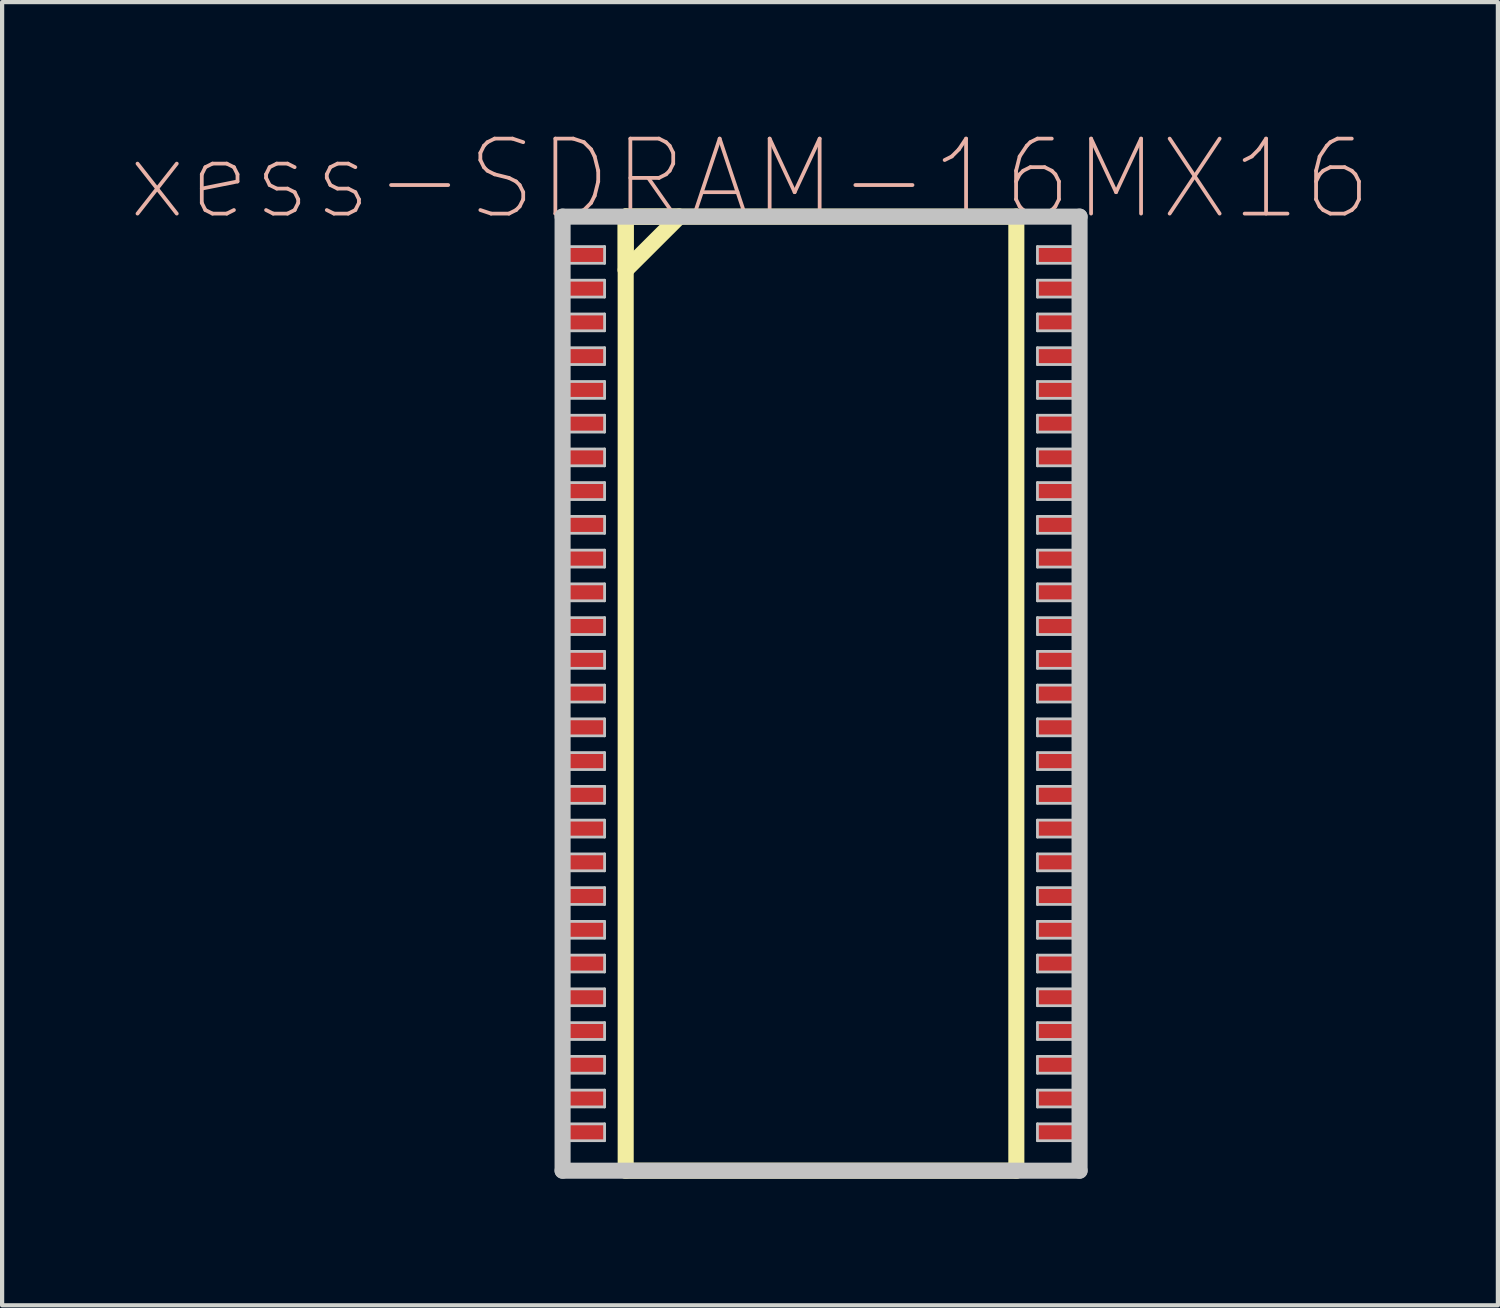
<source format=kicad_pcb>
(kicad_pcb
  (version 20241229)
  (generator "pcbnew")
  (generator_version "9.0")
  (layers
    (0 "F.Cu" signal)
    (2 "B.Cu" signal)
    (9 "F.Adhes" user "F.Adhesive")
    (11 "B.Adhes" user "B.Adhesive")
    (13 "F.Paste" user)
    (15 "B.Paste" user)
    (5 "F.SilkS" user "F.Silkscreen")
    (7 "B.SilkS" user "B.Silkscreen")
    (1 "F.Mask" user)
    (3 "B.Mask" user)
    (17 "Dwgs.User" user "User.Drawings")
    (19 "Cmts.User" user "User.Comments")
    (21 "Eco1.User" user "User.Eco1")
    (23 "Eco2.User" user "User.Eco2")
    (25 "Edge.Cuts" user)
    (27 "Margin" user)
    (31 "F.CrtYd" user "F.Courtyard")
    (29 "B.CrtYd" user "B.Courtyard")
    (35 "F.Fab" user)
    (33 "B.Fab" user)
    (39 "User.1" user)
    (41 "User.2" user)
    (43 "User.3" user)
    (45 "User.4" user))
  (footprint "xess-SDRAM-16MX16"
    (layer "F.Cu")
    (at 10.785 2.994)
    (property "Reference" "xess-SDRAM-16MX16" (at 3.945 -1.798 0) (layer "B.SilkS") (effects (font (size 1.778 1.778) (thickness 0.089))))
    (attr smd)
    (fp_line (start 0.998 -0.909) (end 0.998 0.358) (stroke (width 0.381) (type solid)) (layer "F.SilkS"))
    (fp_line (start 0.998 -0.909) (end 0.998 21.709) (stroke (width 0.381) (type solid)) (layer "F.SilkS"))
    (fp_line (start 0.998 0.358) (end 2.268 -0.909) (stroke (width 0.381) (type solid)) (layer "F.SilkS"))
    (fp_line (start 0.998 21.709) (end 10.259 21.709) (stroke (width 0.381) (type solid)) (layer "F.SilkS"))
    (fp_line (start 2.268 -0.909) (end 0.998 -0.909) (stroke (width 0.381) (type solid)) (layer "F.SilkS"))
    (fp_line (start 10.259 -0.909) (end 0.998 -0.909) (stroke (width 0.381) (type solid)) (layer "F.SilkS"))
    (fp_line (start 10.259 21.709) (end 10.259 -0.909) (stroke (width 0.381) (type solid)) (layer "F.SilkS"))
    (fp_line (start -0.498 -0.909) (end -0.498 21.709) (stroke (width 0.381) (type solid)) (layer "Dwgs.User"))
    (fp_line (start -0.498 -0.198) (end 0.498 -0.198) (stroke (width 0.066) (type solid)) (layer "Dwgs.User"))
    (fp_line (start -0.498 0.198) (end -0.498 -0.198) (stroke (width 0.066) (type solid)) (layer "Dwgs.User"))
    (fp_line (start -0.498 0.198) (end 0.498 0.198) (stroke (width 0.066) (type solid)) (layer "Dwgs.User"))
    (fp_line (start -0.498 0.599) (end 0.498 0.599) (stroke (width 0.066) (type solid)) (layer "Dwgs.User"))
    (fp_line (start -0.498 0.998) (end -0.498 0.599) (stroke (width 0.066) (type solid)) (layer "Dwgs.User"))
    (fp_line (start -0.498 0.998) (end 0.498 0.998) (stroke (width 0.066) (type solid)) (layer "Dwgs.User"))
    (fp_line (start -0.498 1.4) (end 0.498 1.4) (stroke (width 0.066) (type solid)) (layer "Dwgs.User"))
    (fp_line (start -0.498 1.798) (end -0.498 1.4) (stroke (width 0.066) (type solid)) (layer "Dwgs.User"))
    (fp_line (start -0.498 1.798) (end 0.498 1.798) (stroke (width 0.066) (type solid)) (layer "Dwgs.User"))
    (fp_line (start -0.498 2.2) (end 0.498 2.2) (stroke (width 0.066) (type solid)) (layer "Dwgs.User"))
    (fp_line (start -0.498 2.598) (end -0.498 2.2) (stroke (width 0.066) (type solid)) (layer "Dwgs.User"))
    (fp_line (start -0.498 2.598) (end 0.498 2.598) (stroke (width 0.066) (type solid)) (layer "Dwgs.User"))
    (fp_line (start -0.498 3) (end 0.498 3) (stroke (width 0.066) (type solid)) (layer "Dwgs.User"))
    (fp_line (start -0.498 3.399) (end -0.498 3) (stroke (width 0.066) (type solid)) (layer "Dwgs.User"))
    (fp_line (start -0.498 3.399) (end 0.498 3.399) (stroke (width 0.066) (type solid)) (layer "Dwgs.User"))
    (fp_line (start -0.498 3.8) (end 0.498 3.8) (stroke (width 0.066) (type solid)) (layer "Dwgs.User"))
    (fp_line (start -0.498 4.199) (end -0.498 3.8) (stroke (width 0.066) (type solid)) (layer "Dwgs.User"))
    (fp_line (start -0.498 4.199) (end 0.498 4.199) (stroke (width 0.066) (type solid)) (layer "Dwgs.User"))
    (fp_line (start -0.498 4.6) (end 0.498 4.6) (stroke (width 0.066) (type solid)) (layer "Dwgs.User"))
    (fp_line (start -0.498 4.999) (end -0.498 4.6) (stroke (width 0.066) (type solid)) (layer "Dwgs.User"))
    (fp_line (start -0.498 4.999) (end 0.498 4.999) (stroke (width 0.066) (type solid)) (layer "Dwgs.User"))
    (fp_line (start -0.498 5.397) (end 0.498 5.397) (stroke (width 0.066) (type solid)) (layer "Dwgs.User"))
    (fp_line (start -0.498 5.799) (end -0.498 5.397) (stroke (width 0.066) (type solid)) (layer "Dwgs.User"))
    (fp_line (start -0.498 5.799) (end 0.498 5.799) (stroke (width 0.066) (type solid)) (layer "Dwgs.User"))
    (fp_line (start -0.498 6.198) (end 0.498 6.198) (stroke (width 0.066) (type solid)) (layer "Dwgs.User"))
    (fp_line (start -0.498 6.599) (end -0.498 6.198) (stroke (width 0.066) (type solid)) (layer "Dwgs.User"))
    (fp_line (start -0.498 6.599) (end 0.498 6.599) (stroke (width 0.066) (type solid)) (layer "Dwgs.User"))
    (fp_line (start -0.498 6.998) (end 0.498 6.998) (stroke (width 0.066) (type solid)) (layer "Dwgs.User"))
    (fp_line (start -0.498 7.399) (end -0.498 6.998) (stroke (width 0.066) (type solid)) (layer "Dwgs.User"))
    (fp_line (start -0.498 7.399) (end 0.498 7.399) (stroke (width 0.066) (type solid)) (layer "Dwgs.User"))
    (fp_line (start -0.498 7.798) (end 0.498 7.798) (stroke (width 0.066) (type solid)) (layer "Dwgs.User"))
    (fp_line (start -0.498 8.199) (end -0.498 7.798) (stroke (width 0.066) (type solid)) (layer "Dwgs.User"))
    (fp_line (start -0.498 8.199) (end 0.498 8.199) (stroke (width 0.066) (type solid)) (layer "Dwgs.User"))
    (fp_line (start -0.498 8.598) (end 0.498 8.598) (stroke (width 0.066) (type solid)) (layer "Dwgs.User"))
    (fp_line (start -0.498 8.999) (end -0.498 8.598) (stroke (width 0.066) (type solid)) (layer "Dwgs.User"))
    (fp_line (start -0.498 8.999) (end 0.498 8.999) (stroke (width 0.066) (type solid)) (layer "Dwgs.User"))
    (fp_line (start -0.498 9.398) (end 0.498 9.398) (stroke (width 0.066) (type solid)) (layer "Dwgs.User"))
    (fp_line (start -0.498 9.799) (end -0.498 9.398) (stroke (width 0.066) (type solid)) (layer "Dwgs.User"))
    (fp_line (start -0.498 9.799) (end 0.498 9.799) (stroke (width 0.066) (type solid)) (layer "Dwgs.User"))
    (fp_line (start -0.498 10.198) (end 0.498 10.198) (stroke (width 0.066) (type solid)) (layer "Dwgs.User"))
    (fp_line (start -0.498 10.599) (end -0.498 10.198) (stroke (width 0.066) (type solid)) (layer "Dwgs.User"))
    (fp_line (start -0.498 10.599) (end 0.498 10.599) (stroke (width 0.066) (type solid)) (layer "Dwgs.User"))
    (fp_line (start -0.498 10.998) (end 0.498 10.998) (stroke (width 0.066) (type solid)) (layer "Dwgs.User"))
    (fp_line (start -0.498 11.4) (end -0.498 10.998) (stroke (width 0.066) (type solid)) (layer "Dwgs.User"))
    (fp_line (start -0.498 11.4) (end 0.498 11.4) (stroke (width 0.066) (type solid)) (layer "Dwgs.User"))
    (fp_line (start -0.498 11.798) (end 0.498 11.798) (stroke (width 0.066) (type solid)) (layer "Dwgs.User"))
    (fp_line (start -0.498 12.2) (end -0.498 11.798) (stroke (width 0.066) (type solid)) (layer "Dwgs.User"))
    (fp_line (start -0.498 12.2) (end 0.498 12.2) (stroke (width 0.066) (type solid)) (layer "Dwgs.User"))
    (fp_line (start -0.498 12.598) (end 0.498 12.598) (stroke (width 0.066) (type solid)) (layer "Dwgs.User"))
    (fp_line (start -0.498 13) (end -0.498 12.598) (stroke (width 0.066) (type solid)) (layer "Dwgs.User"))
    (fp_line (start -0.498 13) (end 0.498 13) (stroke (width 0.066) (type solid)) (layer "Dwgs.User"))
    (fp_line (start -0.498 13.399) (end 0.498 13.399) (stroke (width 0.066) (type solid)) (layer "Dwgs.User"))
    (fp_line (start -0.498 13.8) (end -0.498 13.399) (stroke (width 0.066) (type solid)) (layer "Dwgs.User"))
    (fp_line (start -0.498 13.8) (end 0.498 13.8) (stroke (width 0.066) (type solid)) (layer "Dwgs.User"))
    (fp_line (start -0.498 14.199) (end 0.498 14.199) (stroke (width 0.066) (type solid)) (layer "Dwgs.User"))
    (fp_line (start -0.498 14.6) (end -0.498 14.199) (stroke (width 0.066) (type solid)) (layer "Dwgs.User"))
    (fp_line (start -0.498 14.6) (end 0.498 14.6) (stroke (width 0.066) (type solid)) (layer "Dwgs.User"))
    (fp_line (start -0.498 14.999) (end 0.498 14.999) (stroke (width 0.066) (type solid)) (layer "Dwgs.User"))
    (fp_line (start -0.498 15.397) (end -0.498 14.999) (stroke (width 0.066) (type solid)) (layer "Dwgs.User"))
    (fp_line (start -0.498 15.397) (end 0.498 15.397) (stroke (width 0.066) (type solid)) (layer "Dwgs.User"))
    (fp_line (start -0.498 15.799) (end 0.498 15.799) (stroke (width 0.066) (type solid)) (layer "Dwgs.User"))
    (fp_line (start -0.498 16.198) (end -0.498 15.799) (stroke (width 0.066) (type solid)) (layer "Dwgs.User"))
    (fp_line (start -0.498 16.198) (end 0.498 16.198) (stroke (width 0.066) (type solid)) (layer "Dwgs.User"))
    (fp_line (start -0.498 16.599) (end 0.498 16.599) (stroke (width 0.066) (type solid)) (layer "Dwgs.User"))
    (fp_line (start -0.498 16.998) (end -0.498 16.599) (stroke (width 0.066) (type solid)) (layer "Dwgs.User"))
    (fp_line (start -0.498 16.998) (end 0.498 16.998) (stroke (width 0.066) (type solid)) (layer "Dwgs.User"))
    (fp_line (start -0.498 17.399) (end 0.498 17.399) (stroke (width 0.066) (type solid)) (layer "Dwgs.User"))
    (fp_line (start -0.498 17.798) (end -0.498 17.399) (stroke (width 0.066) (type solid)) (layer "Dwgs.User"))
    (fp_line (start -0.498 17.798) (end 0.498 17.798) (stroke (width 0.066) (type solid)) (layer "Dwgs.User"))
    (fp_line (start -0.498 18.199) (end 0.498 18.199) (stroke (width 0.066) (type solid)) (layer "Dwgs.User"))
    (fp_line (start -0.498 18.598) (end -0.498 18.199) (stroke (width 0.066) (type solid)) (layer "Dwgs.User"))
    (fp_line (start -0.498 18.598) (end 0.498 18.598) (stroke (width 0.066) (type solid)) (layer "Dwgs.User"))
    (fp_line (start -0.498 18.999) (end 0.498 18.999) (stroke (width 0.066) (type solid)) (layer "Dwgs.User"))
    (fp_line (start -0.498 19.398) (end -0.498 18.999) (stroke (width 0.066) (type solid)) (layer "Dwgs.User"))
    (fp_line (start -0.498 19.398) (end 0.498 19.398) (stroke (width 0.066) (type solid)) (layer "Dwgs.User"))
    (fp_line (start -0.498 19.799) (end 0.498 19.799) (stroke (width 0.066) (type solid)) (layer "Dwgs.User"))
    (fp_line (start -0.498 20.198) (end -0.498 19.799) (stroke (width 0.066) (type solid)) (layer "Dwgs.User"))
    (fp_line (start -0.498 20.198) (end 0.498 20.198) (stroke (width 0.066) (type solid)) (layer "Dwgs.User"))
    (fp_line (start -0.498 20.599) (end 0.498 20.599) (stroke (width 0.066) (type solid)) (layer "Dwgs.User"))
    (fp_line (start -0.498 20.998) (end -0.498 20.599) (stroke (width 0.066) (type solid)) (layer "Dwgs.User"))
    (fp_line (start -0.498 20.998) (end 0.498 20.998) (stroke (width 0.066) (type solid)) (layer "Dwgs.User"))
    (fp_line (start -0.498 21.709) (end 11.758 21.709) (stroke (width 0.381) (type solid)) (layer "Dwgs.User"))
    (fp_line (start 0.498 0.198) (end 0.498 -0.198) (stroke (width 0.066) (type solid)) (layer "Dwgs.User"))
    (fp_line (start 0.498 0.998) (end 0.498 0.599) (stroke (width 0.066) (type solid)) (layer "Dwgs.User"))
    (fp_line (start 0.498 1.798) (end 0.498 1.4) (stroke (width 0.066) (type solid)) (layer "Dwgs.User"))
    (fp_line (start 0.498 2.598) (end 0.498 2.2) (stroke (width 0.066) (type solid)) (layer "Dwgs.User"))
    (fp_line (start 0.498 3.399) (end 0.498 3) (stroke (width 0.066) (type solid)) (layer "Dwgs.User"))
    (fp_line (start 0.498 4.199) (end 0.498 3.8) (stroke (width 0.066) (type solid)) (layer "Dwgs.User"))
    (fp_line (start 0.498 4.999) (end 0.498 4.6) (stroke (width 0.066) (type solid)) (layer "Dwgs.User"))
    (fp_line (start 0.498 5.799) (end 0.498 5.397) (stroke (width 0.066) (type solid)) (layer "Dwgs.User"))
    (fp_line (start 0.498 6.599) (end 0.498 6.198) (stroke (width 0.066) (type solid)) (layer "Dwgs.User"))
    (fp_line (start 0.498 7.399) (end 0.498 6.998) (stroke (width 0.066) (type solid)) (layer "Dwgs.User"))
    (fp_line (start 0.498 8.199) (end 0.498 7.798) (stroke (width 0.066) (type solid)) (layer "Dwgs.User"))
    (fp_line (start 0.498 8.999) (end 0.498 8.598) (stroke (width 0.066) (type solid)) (layer "Dwgs.User"))
    (fp_line (start 0.498 9.799) (end 0.498 9.398) (stroke (width 0.066) (type solid)) (layer "Dwgs.User"))
    (fp_line (start 0.498 10.599) (end 0.498 10.198) (stroke (width 0.066) (type solid)) (layer "Dwgs.User"))
    (fp_line (start 0.498 11.4) (end 0.498 10.998) (stroke (width 0.066) (type solid)) (layer "Dwgs.User"))
    (fp_line (start 0.498 12.2) (end 0.498 11.798) (stroke (width 0.066) (type solid)) (layer "Dwgs.User"))
    (fp_line (start 0.498 13) (end 0.498 12.598) (stroke (width 0.066) (type solid)) (layer "Dwgs.User"))
    (fp_line (start 0.498 13.8) (end 0.498 13.399) (stroke (width 0.066) (type solid)) (layer "Dwgs.User"))
    (fp_line (start 0.498 14.6) (end 0.498 14.199) (stroke (width 0.066) (type solid)) (layer "Dwgs.User"))
    (fp_line (start 0.498 15.397) (end 0.498 14.999) (stroke (width 0.066) (type solid)) (layer "Dwgs.User"))
    (fp_line (start 0.498 16.198) (end 0.498 15.799) (stroke (width 0.066) (type solid)) (layer "Dwgs.User"))
    (fp_line (start 0.498 16.998) (end 0.498 16.599) (stroke (width 0.066) (type solid)) (layer "Dwgs.User"))
    (fp_line (start 0.498 17.798) (end 0.498 17.399) (stroke (width 0.066) (type solid)) (layer "Dwgs.User"))
    (fp_line (start 0.498 18.598) (end 0.498 18.199) (stroke (width 0.066) (type solid)) (layer "Dwgs.User"))
    (fp_line (start 0.498 19.398) (end 0.498 18.999) (stroke (width 0.066) (type solid)) (layer "Dwgs.User"))
    (fp_line (start 0.498 20.198) (end 0.498 19.799) (stroke (width 0.066) (type solid)) (layer "Dwgs.User"))
    (fp_line (start 0.498 20.998) (end 0.498 20.599) (stroke (width 0.066) (type solid)) (layer "Dwgs.User"))
    (fp_line (start 10.759 -0.198) (end 11.758 -0.198) (stroke (width 0.066) (type solid)) (layer "Dwgs.User"))
    (fp_line (start 10.759 0.198) (end 10.759 -0.198) (stroke (width 0.066) (type solid)) (layer "Dwgs.User"))
    (fp_line (start 10.759 0.198) (end 11.758 0.198) (stroke (width 0.066) (type solid)) (layer "Dwgs.User"))
    (fp_line (start 10.759 0.599) (end 11.758 0.599) (stroke (width 0.066) (type solid)) (layer "Dwgs.User"))
    (fp_line (start 10.759 0.998) (end 10.759 0.599) (stroke (width 0.066) (type solid)) (layer "Dwgs.User"))
    (fp_line (start 10.759 0.998) (end 11.758 0.998) (stroke (width 0.066) (type solid)) (layer "Dwgs.User"))
    (fp_line (start 10.759 1.4) (end 11.758 1.4) (stroke (width 0.066) (type solid)) (layer "Dwgs.User"))
    (fp_line (start 10.759 1.798) (end 10.759 1.4) (stroke (width 0.066) (type solid)) (layer "Dwgs.User"))
    (fp_line (start 10.759 1.798) (end 11.758 1.798) (stroke (width 0.066) (type solid)) (layer "Dwgs.User"))
    (fp_line (start 10.759 2.2) (end 11.758 2.2) (stroke (width 0.066) (type solid)) (layer "Dwgs.User"))
    (fp_line (start 10.759 2.598) (end 10.759 2.2) (stroke (width 0.066) (type solid)) (layer "Dwgs.User"))
    (fp_line (start 10.759 2.598) (end 11.758 2.598) (stroke (width 0.066) (type solid)) (layer "Dwgs.User"))
    (fp_line (start 10.759 3) (end 11.758 3) (stroke (width 0.066) (type solid)) (layer "Dwgs.User"))
    (fp_line (start 10.759 3.399) (end 10.759 3) (stroke (width 0.066) (type solid)) (layer "Dwgs.User"))
    (fp_line (start 10.759 3.399) (end 11.758 3.399) (stroke (width 0.066) (type solid)) (layer "Dwgs.User"))
    (fp_line (start 10.759 3.8) (end 11.758 3.8) (stroke (width 0.066) (type solid)) (layer "Dwgs.User"))
    (fp_line (start 10.759 4.199) (end 10.759 3.8) (stroke (width 0.066) (type solid)) (layer "Dwgs.User"))
    (fp_line (start 10.759 4.199) (end 11.758 4.199) (stroke (width 0.066) (type solid)) (layer "Dwgs.User"))
    (fp_line (start 10.759 4.6) (end 11.758 4.6) (stroke (width 0.066) (type solid)) (layer "Dwgs.User"))
    (fp_line (start 10.759 4.999) (end 10.759 4.6) (stroke (width 0.066) (type solid)) (layer "Dwgs.User"))
    (fp_line (start 10.759 4.999) (end 11.758 4.999) (stroke (width 0.066) (type solid)) (layer "Dwgs.User"))
    (fp_line (start 10.759 5.397) (end 11.758 5.397) (stroke (width 0.066) (type solid)) (layer "Dwgs.User"))
    (fp_line (start 10.759 5.799) (end 10.759 5.397) (stroke (width 0.066) (type solid)) (layer "Dwgs.User"))
    (fp_line (start 10.759 5.799) (end 11.758 5.799) (stroke (width 0.066) (type solid)) (layer "Dwgs.User"))
    (fp_line (start 10.759 6.198) (end 11.758 6.198) (stroke (width 0.066) (type solid)) (layer "Dwgs.User"))
    (fp_line (start 10.759 6.599) (end 10.759 6.198) (stroke (width 0.066) (type solid)) (layer "Dwgs.User"))
    (fp_line (start 10.759 6.599) (end 11.758 6.599) (stroke (width 0.066) (type solid)) (layer "Dwgs.User"))
    (fp_line (start 10.759 6.998) (end 11.758 6.998) (stroke (width 0.066) (type solid)) (layer "Dwgs.User"))
    (fp_line (start 10.759 7.399) (end 10.759 6.998) (stroke (width 0.066) (type solid)) (layer "Dwgs.User"))
    (fp_line (start 10.759 7.399) (end 11.758 7.399) (stroke (width 0.066) (type solid)) (layer "Dwgs.User"))
    (fp_line (start 10.759 7.798) (end 11.758 7.798) (stroke (width 0.066) (type solid)) (layer "Dwgs.User"))
    (fp_line (start 10.759 8.199) (end 10.759 7.798) (stroke (width 0.066) (type solid)) (layer "Dwgs.User"))
    (fp_line (start 10.759 8.199) (end 11.758 8.199) (stroke (width 0.066) (type solid)) (layer "Dwgs.User"))
    (fp_line (start 10.759 8.598) (end 11.758 8.598) (stroke (width 0.066) (type solid)) (layer "Dwgs.User"))
    (fp_line (start 10.759 8.999) (end 10.759 8.598) (stroke (width 0.066) (type solid)) (layer "Dwgs.User"))
    (fp_line (start 10.759 8.999) (end 11.758 8.999) (stroke (width 0.066) (type solid)) (layer "Dwgs.User"))
    (fp_line (start 10.759 9.398) (end 11.758 9.398) (stroke (width 0.066) (type solid)) (layer "Dwgs.User"))
    (fp_line (start 10.759 9.799) (end 10.759 9.398) (stroke (width 0.066) (type solid)) (layer "Dwgs.User"))
    (fp_line (start 10.759 9.799) (end 11.758 9.799) (stroke (width 0.066) (type solid)) (layer "Dwgs.User"))
    (fp_line (start 10.759 10.198) (end 11.758 10.198) (stroke (width 0.066) (type solid)) (layer "Dwgs.User"))
    (fp_line (start 10.759 10.599) (end 10.759 10.198) (stroke (width 0.066) (type solid)) (layer "Dwgs.User"))
    (fp_line (start 10.759 10.599) (end 11.758 10.599) (stroke (width 0.066) (type solid)) (layer "Dwgs.User"))
    (fp_line (start 10.759 10.998) (end 11.758 10.998) (stroke (width 0.066) (type solid)) (layer "Dwgs.User"))
    (fp_line (start 10.759 11.4) (end 10.759 10.998) (stroke (width 0.066) (type solid)) (layer "Dwgs.User"))
    (fp_line (start 10.759 11.4) (end 11.758 11.4) (stroke (width 0.066) (type solid)) (layer "Dwgs.User"))
    (fp_line (start 10.759 11.798) (end 11.758 11.798) (stroke (width 0.066) (type solid)) (layer "Dwgs.User"))
    (fp_line (start 10.759 12.2) (end 10.759 11.798) (stroke (width 0.066) (type solid)) (layer "Dwgs.User"))
    (fp_line (start 10.759 12.2) (end 11.758 12.2) (stroke (width 0.066) (type solid)) (layer "Dwgs.User"))
    (fp_line (start 10.759 12.598) (end 11.758 12.598) (stroke (width 0.066) (type solid)) (layer "Dwgs.User"))
    (fp_line (start 10.759 13) (end 10.759 12.598) (stroke (width 0.066) (type solid)) (layer "Dwgs.User"))
    (fp_line (start 10.759 13) (end 11.758 13) (stroke (width 0.066) (type solid)) (layer "Dwgs.User"))
    (fp_line (start 10.759 13.399) (end 11.758 13.399) (stroke (width 0.066) (type solid)) (layer "Dwgs.User"))
    (fp_line (start 10.759 13.8) (end 10.759 13.399) (stroke (width 0.066) (type solid)) (layer "Dwgs.User"))
    (fp_line (start 10.759 13.8) (end 11.758 13.8) (stroke (width 0.066) (type solid)) (layer "Dwgs.User"))
    (fp_line (start 10.759 14.199) (end 11.758 14.199) (stroke (width 0.066) (type solid)) (layer "Dwgs.User"))
    (fp_line (start 10.759 14.6) (end 10.759 14.199) (stroke (width 0.066) (type solid)) (layer "Dwgs.User"))
    (fp_line (start 10.759 14.6) (end 11.758 14.6) (stroke (width 0.066) (type solid)) (layer "Dwgs.User"))
    (fp_line (start 10.759 14.999) (end 11.758 14.999) (stroke (width 0.066) (type solid)) (layer "Dwgs.User"))
    (fp_line (start 10.759 15.397) (end 10.759 14.999) (stroke (width 0.066) (type solid)) (layer "Dwgs.User"))
    (fp_line (start 10.759 15.397) (end 11.758 15.397) (stroke (width 0.066) (type solid)) (layer "Dwgs.User"))
    (fp_line (start 10.759 15.799) (end 11.758 15.799) (stroke (width 0.066) (type solid)) (layer "Dwgs.User"))
    (fp_line (start 10.759 16.198) (end 10.759 15.799) (stroke (width 0.066) (type solid)) (layer "Dwgs.User"))
    (fp_line (start 10.759 16.198) (end 11.758 16.198) (stroke (width 0.066) (type solid)) (layer "Dwgs.User"))
    (fp_line (start 10.759 16.599) (end 11.758 16.599) (stroke (width 0.066) (type solid)) (layer "Dwgs.User"))
    (fp_line (start 10.759 16.998) (end 10.759 16.599) (stroke (width 0.066) (type solid)) (layer "Dwgs.User"))
    (fp_line (start 10.759 16.998) (end 11.758 16.998) (stroke (width 0.066) (type solid)) (layer "Dwgs.User"))
    (fp_line (start 10.759 17.399) (end 11.758 17.399) (stroke (width 0.066) (type solid)) (layer "Dwgs.User"))
    (fp_line (start 10.759 17.798) (end 10.759 17.399) (stroke (width 0.066) (type solid)) (layer "Dwgs.User"))
    (fp_line (start 10.759 17.798) (end 11.758 17.798) (stroke (width 0.066) (type solid)) (layer "Dwgs.User"))
    (fp_line (start 10.759 18.199) (end 11.758 18.199) (stroke (width 0.066) (type solid)) (layer "Dwgs.User"))
    (fp_line (start 10.759 18.598) (end 10.759 18.199) (stroke (width 0.066) (type solid)) (layer "Dwgs.User"))
    (fp_line (start 10.759 18.598) (end 11.758 18.598) (stroke (width 0.066) (type solid)) (layer "Dwgs.User"))
    (fp_line (start 10.759 18.999) (end 11.758 18.999) (stroke (width 0.066) (type solid)) (layer "Dwgs.User"))
    (fp_line (start 10.759 19.398) (end 10.759 18.999) (stroke (width 0.066) (type solid)) (layer "Dwgs.User"))
    (fp_line (start 10.759 19.398) (end 11.758 19.398) (stroke (width 0.066) (type solid)) (layer "Dwgs.User"))
    (fp_line (start 10.759 19.799) (end 11.758 19.799) (stroke (width 0.066) (type solid)) (layer "Dwgs.User"))
    (fp_line (start 10.759 20.198) (end 10.759 19.799) (stroke (width 0.066) (type solid)) (layer "Dwgs.User"))
    (fp_line (start 10.759 20.198) (end 11.758 20.198) (stroke (width 0.066) (type solid)) (layer "Dwgs.User"))
    (fp_line (start 10.759 20.599) (end 11.758 20.599) (stroke (width 0.066) (type solid)) (layer "Dwgs.User"))
    (fp_line (start 10.759 20.998) (end 10.759 20.599) (stroke (width 0.066) (type solid)) (layer "Dwgs.User"))
    (fp_line (start 10.759 20.998) (end 11.758 20.998) (stroke (width 0.066) (type solid)) (layer "Dwgs.User"))
    (fp_line (start 11.758 -0.909) (end -0.498 -0.909) (stroke (width 0.381) (type solid)) (layer "Dwgs.User"))
    (fp_line (start 11.758 0.198) (end 11.758 -0.198) (stroke (width 0.066) (type solid)) (layer "Dwgs.User"))
    (fp_line (start 11.758 0.998) (end 11.758 0.599) (stroke (width 0.066) (type solid)) (layer "Dwgs.User"))
    (fp_line (start 11.758 1.798) (end 11.758 1.4) (stroke (width 0.066) (type solid)) (layer "Dwgs.User"))
    (fp_line (start 11.758 2.598) (end 11.758 2.2) (stroke (width 0.066) (type solid)) (layer "Dwgs.User"))
    (fp_line (start 11.758 3.399) (end 11.758 3) (stroke (width 0.066) (type solid)) (layer "Dwgs.User"))
    (fp_line (start 11.758 4.199) (end 11.758 3.8) (stroke (width 0.066) (type solid)) (layer "Dwgs.User"))
    (fp_line (start 11.758 4.999) (end 11.758 4.6) (stroke (width 0.066) (type solid)) (layer "Dwgs.User"))
    (fp_line (start 11.758 5.799) (end 11.758 5.397) (stroke (width 0.066) (type solid)) (layer "Dwgs.User"))
    (fp_line (start 11.758 6.599) (end 11.758 6.198) (stroke (width 0.066) (type solid)) (layer "Dwgs.User"))
    (fp_line (start 11.758 7.399) (end 11.758 6.998) (stroke (width 0.066) (type solid)) (layer "Dwgs.User"))
    (fp_line (start 11.758 8.199) (end 11.758 7.798) (stroke (width 0.066) (type solid)) (layer "Dwgs.User"))
    (fp_line (start 11.758 8.999) (end 11.758 8.598) (stroke (width 0.066) (type solid)) (layer "Dwgs.User"))
    (fp_line (start 11.758 9.799) (end 11.758 9.398) (stroke (width 0.066) (type solid)) (layer "Dwgs.User"))
    (fp_line (start 11.758 10.599) (end 11.758 10.198) (stroke (width 0.066) (type solid)) (layer "Dwgs.User"))
    (fp_line (start 11.758 11.4) (end 11.758 10.998) (stroke (width 0.066) (type solid)) (layer "Dwgs.User"))
    (fp_line (start 11.758 12.2) (end 11.758 11.798) (stroke (width 0.066) (type solid)) (layer "Dwgs.User"))
    (fp_line (start 11.758 13) (end 11.758 12.598) (stroke (width 0.066) (type solid)) (layer "Dwgs.User"))
    (fp_line (start 11.758 13.8) (end 11.758 13.399) (stroke (width 0.066) (type solid)) (layer "Dwgs.User"))
    (fp_line (start 11.758 14.6) (end 11.758 14.199) (stroke (width 0.066) (type solid)) (layer "Dwgs.User"))
    (fp_line (start 11.758 15.397) (end 11.758 14.999) (stroke (width 0.066) (type solid)) (layer "Dwgs.User"))
    (fp_line (start 11.758 16.198) (end 11.758 15.799) (stroke (width 0.066) (type solid)) (layer "Dwgs.User"))
    (fp_line (start 11.758 16.998) (end 11.758 16.599) (stroke (width 0.066) (type solid)) (layer "Dwgs.User"))
    (fp_line (start 11.758 17.798) (end 11.758 17.399) (stroke (width 0.066) (type solid)) (layer "Dwgs.User"))
    (fp_line (start 11.758 18.598) (end 11.758 18.199) (stroke (width 0.066) (type solid)) (layer "Dwgs.User"))
    (fp_line (start 11.758 19.398) (end 11.758 18.999) (stroke (width 0.066) (type solid)) (layer "Dwgs.User"))
    (fp_line (start 11.758 20.198) (end 11.758 19.799) (stroke (width 0.066) (type solid)) (layer "Dwgs.User"))
    (fp_line (start 11.758 20.998) (end 11.758 20.599) (stroke (width 0.066) (type solid)) (layer "Dwgs.User"))
    (fp_line (start 11.758 21.709) (end 11.758 -0.909) (stroke (width 0.381) (type solid)) (layer "Dwgs.User"))
    (pad "1" smd rect (at 0 0) (size 0.998 0.399) (layers "F.Cu" "F.Mask" "F.Paste"))
    (pad "2" smd rect (at 0 0.798) (size 0.998 0.399) (layers "F.Cu" "F.Mask" "F.Paste"))
    (pad "3" smd rect (at 0 1.598) (size 0.998 0.399) (layers "F.Cu" "F.Mask" "F.Paste"))
    (pad "4" smd rect (at 0 2.398) (size 0.998 0.399) (layers "F.Cu" "F.Mask" "F.Paste"))
    (pad "5" smd rect (at 0 3.198) (size 0.998 0.399) (layers "F.Cu" "F.Mask" "F.Paste"))
    (pad "6" smd rect (at 0 3.998) (size 0.998 0.399) (layers "F.Cu" "F.Mask" "F.Paste"))
    (pad "7" smd rect (at 0 4.798) (size 0.998 0.399) (layers "F.Cu" "F.Mask" "F.Paste"))
    (pad "8" smd rect (at 0 5.598) (size 0.998 0.399) (layers "F.Cu" "F.Mask" "F.Paste"))
    (pad "9" smd rect (at 0 6.398) (size 0.998 0.399) (layers "F.Cu" "F.Mask" "F.Paste"))
    (pad "10" smd rect (at 0 7.198) (size 0.998 0.399) (layers "F.Cu" "F.Mask" "F.Paste"))
    (pad "11" smd rect (at 0 7.998) (size 0.998 0.399) (layers "F.Cu" "F.Mask" "F.Paste"))
    (pad "12" smd rect (at 0 8.799) (size 0.998 0.399) (layers "F.Cu" "F.Mask" "F.Paste"))
    (pad "13" smd rect (at 0 9.599) (size 0.998 0.399) (layers "F.Cu" "F.Mask" "F.Paste"))
    (pad "14" smd rect (at 0 10.399) (size 0.998 0.399) (layers "F.Cu" "F.Mask" "F.Paste"))
    (pad "15" smd rect (at 0 11.199) (size 0.998 0.399) (layers "F.Cu" "F.Mask" "F.Paste"))
    (pad "16" smd rect (at 0 11.999) (size 0.998 0.399) (layers "F.Cu" "F.Mask" "F.Paste"))
    (pad "17" smd rect (at 0 12.799) (size 0.998 0.399) (layers "F.Cu" "F.Mask" "F.Paste"))
    (pad "18" smd rect (at 0 13.599) (size 0.998 0.399) (layers "F.Cu" "F.Mask" "F.Paste"))
    (pad "19" smd rect (at 0 14.399) (size 0.998 0.399) (layers "F.Cu" "F.Mask" "F.Paste"))
    (pad "20" smd rect (at 0 15.199) (size 0.998 0.399) (layers "F.Cu" "F.Mask" "F.Paste"))
    (pad "21" smd rect (at 0 15.999) (size 0.998 0.399) (layers "F.Cu" "F.Mask" "F.Paste"))
    (pad "22" smd rect (at 0 16.8) (size 0.998 0.399) (layers "F.Cu" "F.Mask" "F.Paste"))
    (pad "23" smd rect (at 0 17.6) (size 0.998 0.399) (layers "F.Cu" "F.Mask" "F.Paste"))
    (pad "24" smd rect (at 0 18.4) (size 0.998 0.399) (layers "F.Cu" "F.Mask" "F.Paste"))
    (pad "25" smd rect (at 0 19.2) (size 0.998 0.399) (layers "F.Cu" "F.Mask" "F.Paste"))
    (pad "26" smd rect (at 0 20) (size 0.998 0.399) (layers "F.Cu" "F.Mask" "F.Paste"))
    (pad "27" smd rect (at 0 20.798) (size 0.998 0.399) (layers "F.Cu" "F.Mask" "F.Paste"))
    (pad "28" smd rect (at 11.26 20.798) (size 0.998 0.399) (layers "F.Cu" "F.Mask" "F.Paste"))
    (pad "29" smd rect (at 11.26 20) (size 0.998 0.399) (layers "F.Cu" "F.Mask" "F.Paste"))
    (pad "30" smd rect (at 11.26 19.2) (size 0.998 0.399) (layers "F.Cu" "F.Mask" "F.Paste"))
    (pad "31" smd rect (at 11.26 18.4) (size 0.998 0.399) (layers "F.Cu" "F.Mask" "F.Paste"))
    (pad "32" smd rect (at 11.26 17.6) (size 0.998 0.399) (layers "F.Cu" "F.Mask" "F.Paste"))
    (pad "33" smd rect (at 11.26 16.8) (size 0.998 0.399) (layers "F.Cu" "F.Mask" "F.Paste"))
    (pad "34" smd rect (at 11.26 15.999) (size 0.998 0.399) (layers "F.Cu" "F.Mask" "F.Paste"))
    (pad "35" smd rect (at 11.26 15.199) (size 0.998 0.399) (layers "F.Cu" "F.Mask" "F.Paste"))
    (pad "36" smd rect (at 11.26 14.399) (size 0.998 0.399) (layers "F.Cu" "F.Mask" "F.Paste"))
    (pad "37" smd rect (at 11.26 13.599) (size 0.998 0.399) (layers "F.Cu" "F.Mask" "F.Paste"))
    (pad "38" smd rect (at 11.26 12.799) (size 0.998 0.399) (layers "F.Cu" "F.Mask" "F.Paste"))
    (pad "39" smd rect (at 11.26 11.999) (size 0.998 0.399) (layers "F.Cu" "F.Mask" "F.Paste"))
    (pad "40" smd rect (at 11.26 11.199) (size 0.998 0.399) (layers "F.Cu" "F.Mask" "F.Paste"))
    (pad "41" smd rect (at 11.26 10.399) (size 0.998 0.399) (layers "F.Cu" "F.Mask" "F.Paste"))
    (pad "42" smd rect (at 11.26 9.599) (size 0.998 0.399) (layers "F.Cu" "F.Mask" "F.Paste"))
    (pad "43" smd rect (at 11.26 8.799) (size 0.998 0.399) (layers "F.Cu" "F.Mask" "F.Paste"))
    (pad "44" smd rect (at 11.26 7.998) (size 0.998 0.399) (layers "F.Cu" "F.Mask" "F.Paste"))
    (pad "45" smd rect (at 11.26 7.198) (size 0.998 0.399) (layers "F.Cu" "F.Mask" "F.Paste"))
    (pad "46" smd rect (at 11.26 6.398) (size 0.998 0.399) (layers "F.Cu" "F.Mask" "F.Paste"))
    (pad "47" smd rect (at 11.26 5.598) (size 0.998 0.399) (layers "F.Cu" "F.Mask" "F.Paste"))
    (pad "48" smd rect (at 11.26 4.798) (size 0.998 0.399) (layers "F.Cu" "F.Mask" "F.Paste"))
    (pad "49" smd rect (at 11.26 3.998) (size 0.998 0.399) (layers "F.Cu" "F.Mask" "F.Paste"))
    (pad "50" smd rect (at 11.26 3.198) (size 0.998 0.399) (layers "F.Cu" "F.Mask" "F.Paste"))
    (pad "51" smd rect (at 11.26 2.398) (size 0.998 0.399) (layers "F.Cu" "F.Mask" "F.Paste"))
    (pad "52" smd rect (at 11.26 1.598) (size 0.998 0.399) (layers "F.Cu" "F.Mask" "F.Paste"))
    (pad "53" smd rect (at 11.26 0.798) (size 0.998 0.399) (layers "F.Cu" "F.Mask" "F.Paste"))
    (pad "54" smd rect (at 11.26 0) (size 0.998 0.399) (layers "F.Cu" "F.Mask" "F.Paste")))
  (gr_rect
    (start -3 -3)
    (end 32.46 27.894)
    (stroke (width 0.1) (type default))
    (fill no)
    (layer "Edge.Cuts")))
</source>
